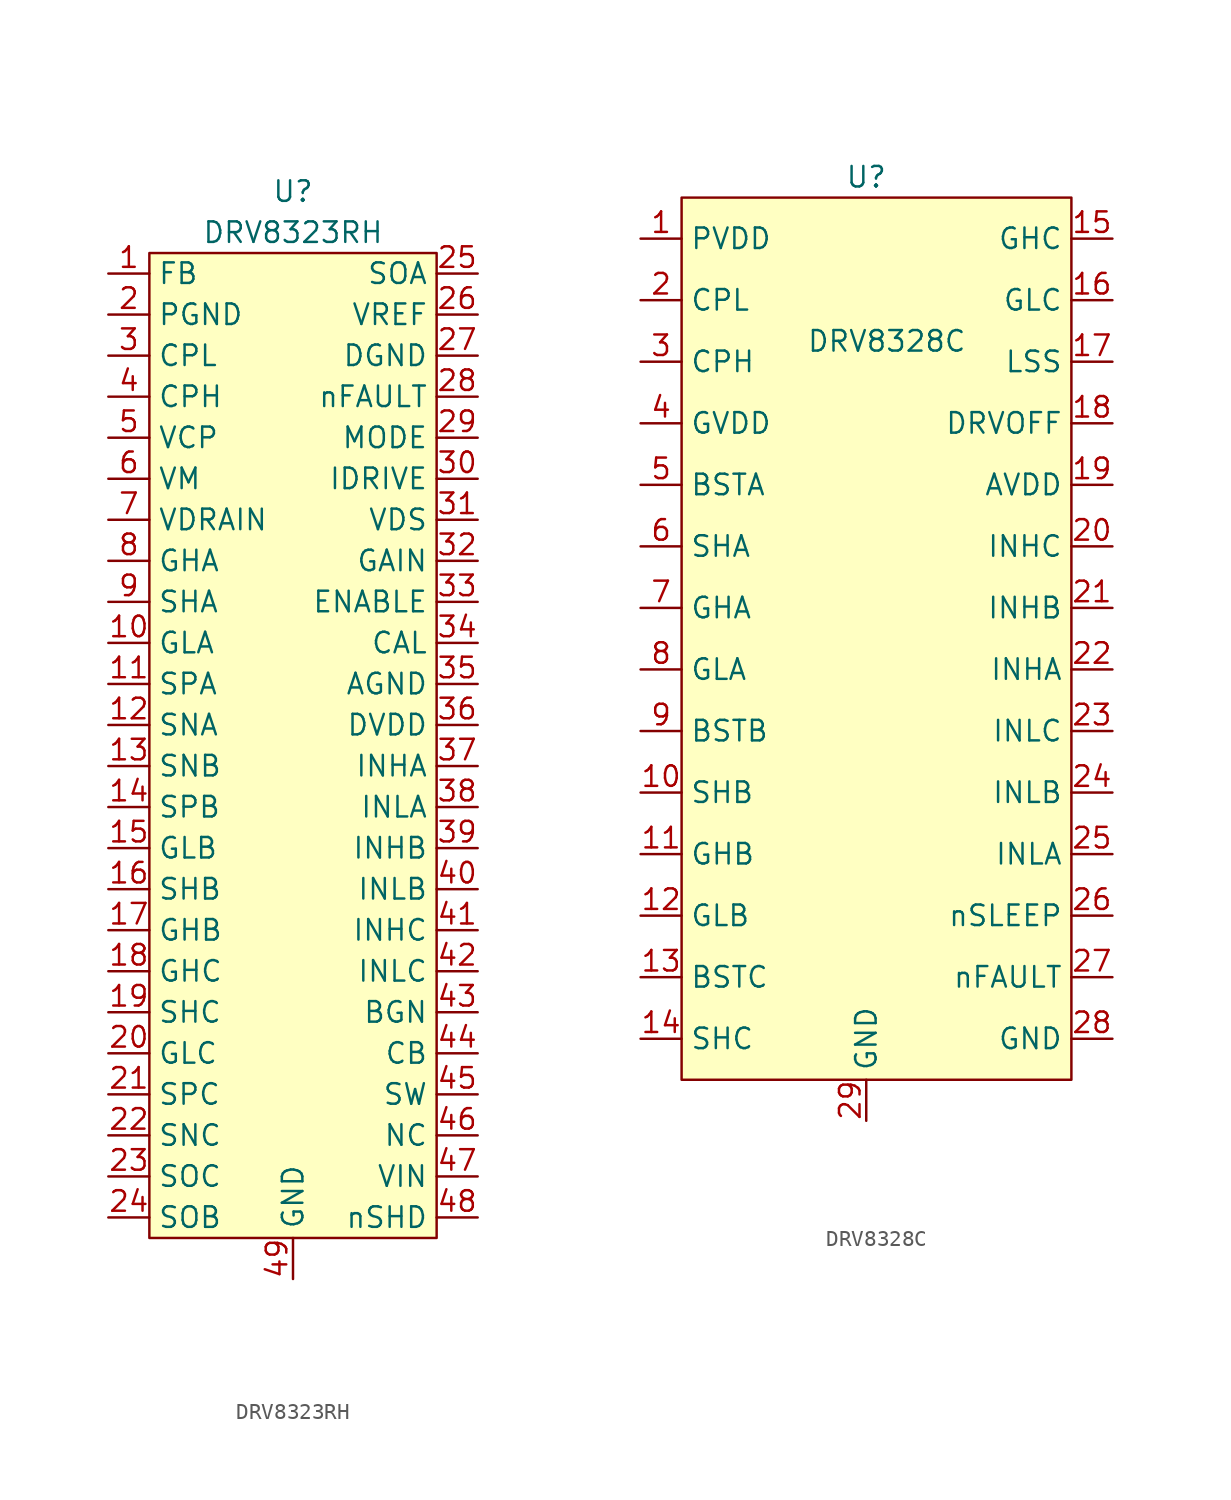
<source format=kicad_sym>
(kicad_symbol_lib
  (version 20211014)
  (generator kicad_symbol_editor)
  (symbol "DRV8323RH"
    (property "Reference" "U"
      (at 0 5.08 0)
      (effects (font (size 1.27 1.27))))
    (property "Value" "DRV8323RH"
      (at 0 2.54 0)
      (effects (font (size 1.27 1.27))))
    (symbol "DRV8323RH_0_1"
      (rectangle (start -8.89 1.27) (end 8.89 -59.69) (stroke (width 0) (type default) (color 0 0 0 0)) (fill (type background))))
    (symbol "DRV8323RH_1_1"
      (pin input line (at -11.43 0 0) (length 2.54) (name "FB" (effects (font (size 1.27 1.27)))) (number "1" (effects (font (size 1.27 1.27)))))
      (pin input line (at -11.43 -22.86 0) (length 2.54) (name "GLA" (effects (font (size 1.27 1.27)))) (number "10" (effects (font (size 1.27 1.27)))))
      (pin input line (at -11.43 -25.4 0) (length 2.54) (name "SPA" (effects (font (size 1.27 1.27)))) (number "11" (effects (font (size 1.27 1.27)))))
      (pin input line (at -11.43 -27.94 0) (length 2.54) (name "SNA" (effects (font (size 1.27 1.27)))) (number "12" (effects (font (size 1.27 1.27)))))
      (pin input line (at -11.43 -30.48 0) (length 2.54) (name "SNB" (effects (font (size 1.27 1.27)))) (number "13" (effects (font (size 1.27 1.27)))))
      (pin input line (at -11.43 -33.02 0) (length 2.54) (name "SPB" (effects (font (size 1.27 1.27)))) (number "14" (effects (font (size 1.27 1.27)))))
      (pin input line (at -11.43 -35.56 0) (length 2.54) (name "GLB" (effects (font (size 1.27 1.27)))) (number "15" (effects (font (size 1.27 1.27)))))
      (pin input line (at -11.43 -38.1 0) (length 2.54) (name "SHB" (effects (font (size 1.27 1.27)))) (number "16" (effects (font (size 1.27 1.27)))))
      (pin input line (at -11.43 -40.64 0) (length 2.54) (name "GHB" (effects (font (size 1.27 1.27)))) (number "17" (effects (font (size 1.27 1.27)))))
      (pin input line (at -11.43 -43.18 0) (length 2.54) (name "GHC" (effects (font (size 1.27 1.27)))) (number "18" (effects (font (size 1.27 1.27)))))
      (pin input line (at -11.43 -45.72 0) (length 2.54) (name "SHC" (effects (font (size 1.27 1.27)))) (number "19" (effects (font (size 1.27 1.27)))))
      (pin input line (at -11.43 -2.54 0) (length 2.54) (name "PGND" (effects (font (size 1.27 1.27)))) (number "2" (effects (font (size 1.27 1.27)))))
      (pin input line (at -11.43 -48.26 0) (length 2.54) (name "GLC" (effects (font (size 1.27 1.27)))) (number "20" (effects (font (size 1.27 1.27)))))
      (pin input line (at -11.43 -50.8 0) (length 2.54) (name "SPC" (effects (font (size 1.27 1.27)))) (number "21" (effects (font (size 1.27 1.27)))))
      (pin input line (at -11.43 -53.34 0) (length 2.54) (name "SNC" (effects (font (size 1.27 1.27)))) (number "22" (effects (font (size 1.27 1.27)))))
      (pin input line (at -11.43 -55.88 0) (length 2.54) (name "SOC" (effects (font (size 1.27 1.27)))) (number "23" (effects (font (size 1.27 1.27)))))
      (pin input line (at -11.43 -58.42 0) (length 2.54) (name "SOB" (effects (font (size 1.27 1.27)))) (number "24" (effects (font (size 1.27 1.27)))))
      (pin input line (at 11.43 0 180) (length 2.54) (name "SOA" (effects (font (size 1.27 1.27)))) (number "25" (effects (font (size 1.27 1.27)))))
      (pin input line (at 11.43 -2.54 180) (length 2.54) (name "VREF" (effects (font (size 1.27 1.27)))) (number "26" (effects (font (size 1.27 1.27)))))
      (pin input line (at 11.43 -5.08 180) (length 2.54) (name "DGND" (effects (font (size 1.27 1.27)))) (number "27" (effects (font (size 1.27 1.27)))))
      (pin input line (at 11.43 -7.62 180) (length 2.54) (name "nFAULT" (effects (font (size 1.27 1.27)))) (number "28" (effects (font (size 1.27 1.27)))))
      (pin input line (at 11.43 -10.16 180) (length 2.54) (name "MODE" (effects (font (size 1.27 1.27)))) (number "29" (effects (font (size 1.27 1.27)))))
      (pin input line (at -11.43 -5.08 0) (length 2.54) (name "CPL" (effects (font (size 1.27 1.27)))) (number "3" (effects (font (size 1.27 1.27)))))
      (pin input line (at 11.43 -12.7 180) (length 2.54) (name "IDRIVE" (effects (font (size 1.27 1.27)))) (number "30" (effects (font (size 1.27 1.27)))))
      (pin input line (at 11.43 -15.24 180) (length 2.54) (name "VDS" (effects (font (size 1.27 1.27)))) (number "31" (effects (font (size 1.27 1.27)))))
      (pin input line (at 11.43 -17.78 180) (length 2.54) (name "GAIN" (effects (font (size 1.27 1.27)))) (number "32" (effects (font (size 1.27 1.27)))))
      (pin input line (at 11.43 -20.32 180) (length 2.54) (name "ENABLE" (effects (font (size 1.27 1.27)))) (number "33" (effects (font (size 1.27 1.27)))))
      (pin input line (at 11.43 -22.86 180) (length 2.54) (name "CAL" (effects (font (size 1.27 1.27)))) (number "34" (effects (font (size 1.27 1.27)))))
      (pin input line (at 11.43 -25.4 180) (length 2.54) (name "AGND" (effects (font (size 1.27 1.27)))) (number "35" (effects (font (size 1.27 1.27)))))
      (pin input line (at 11.43 -27.94 180) (length 2.54) (name "DVDD" (effects (font (size 1.27 1.27)))) (number "36" (effects (font (size 1.27 1.27)))))
      (pin input line (at 11.43 -30.48 180) (length 2.54) (name "INHA" (effects (font (size 1.27 1.27)))) (number "37" (effects (font (size 1.27 1.27)))))
      (pin input line (at 11.43 -33.02 180) (length 2.54) (name "INLA" (effects (font (size 1.27 1.27)))) (number "38" (effects (font (size 1.27 1.27)))))
      (pin input line (at 11.43 -35.56 180) (length 2.54) (name "INHB" (effects (font (size 1.27 1.27)))) (number "39" (effects (font (size 1.27 1.27)))))
      (pin input line (at -11.43 -7.62 0) (length 2.54) (name "CPH" (effects (font (size 1.27 1.27)))) (number "4" (effects (font (size 1.27 1.27)))))
      (pin input line (at 11.43 -38.1 180) (length 2.54) (name "INLB" (effects (font (size 1.27 1.27)))) (number "40" (effects (font (size 1.27 1.27)))))
      (pin input line (at 11.43 -40.64 180) (length 2.54) (name "INHC" (effects (font (size 1.27 1.27)))) (number "41" (effects (font (size 1.27 1.27)))))
      (pin input line (at 11.43 -43.18 180) (length 2.54) (name "INLC" (effects (font (size 1.27 1.27)))) (number "42" (effects (font (size 1.27 1.27)))))
      (pin input line (at 11.43 -45.72 180) (length 2.54) (name "BGN" (effects (font (size 1.27 1.27)))) (number "43" (effects (font (size 1.27 1.27)))))
      (pin input line (at 11.43 -48.26 180) (length 2.54) (name "CB" (effects (font (size 1.27 1.27)))) (number "44" (effects (font (size 1.27 1.27)))))
      (pin input line (at 11.43 -50.8 180) (length 2.54) (name "SW" (effects (font (size 1.27 1.27)))) (number "45" (effects (font (size 1.27 1.27)))))
      (pin input line (at 11.43 -53.34 180) (length 2.54) (name "NC" (effects (font (size 1.27 1.27)))) (number "46" (effects (font (size 1.27 1.27)))))
      (pin input line (at 11.43 -55.88 180) (length 2.54) (name "VIN" (effects (font (size 1.27 1.27)))) (number "47" (effects (font (size 1.27 1.27)))))
      (pin input line (at 11.43 -58.42 180) (length 2.54) (name "nSHD" (effects (font (size 1.27 1.27)))) (number "48" (effects (font (size 1.27 1.27)))))
      (pin input line (at 0 -62.23 90) (length 2.54) (name "GND" (effects (font (size 1.27 1.27)))) (number "49" (effects (font (size 1.27 1.27)))))
      (pin input line (at -11.43 -10.16 0) (length 2.54) (name "VCP" (effects (font (size 1.27 1.27)))) (number "5" (effects (font (size 1.27 1.27)))))
      (pin input line (at -11.43 -12.7 0) (length 2.54) (name "VM" (effects (font (size 1.27 1.27)))) (number "6" (effects (font (size 1.27 1.27)))))
      (pin input line (at -11.43 -15.24 0) (length 2.54) (name "VDRAIN" (effects (font (size 1.27 1.27)))) (number "7" (effects (font (size 1.27 1.27)))))
      (pin input line (at -11.43 -17.78 0) (length 2.54) (name "GHA" (effects (font (size 1.27 1.27)))) (number "8" (effects (font (size 1.27 1.27)))))
      (pin input line (at -11.43 -20.32 0) (length 2.54) (name "SHA" (effects (font (size 1.27 1.27)))) (number "9" (effects (font (size 1.27 1.27)))))))
  (symbol "DRV8328C"
    (property "Reference" "U"
      (at 0 7.62 0)
      (effects (font (size 1.27 1.27))))
    (property "Value" "DRV8328C"
      (at 1.27 -2.54 0)
      (effects (font (size 1.27 1.27))))
    (symbol "DRV8328C_0_1"
      (rectangle (start -11.43 6.35) (end 12.7 -48.26) (stroke (width 0) (type default) (color 0 0 0 0)) (fill (type background))))
    (symbol "DRV8328C_1_1"
      (pin input line (at -13.97 3.81 0) (length 2.54) (name "PVDD" (effects (font (size 1.27 1.27)))) (number "1" (effects (font (size 1.27 1.27)))))
      (pin input line (at -13.97 -30.48 0) (length 2.54) (name "SHB" (effects (font (size 1.27 1.27)))) (number "10" (effects (font (size 1.27 1.27)))))
      (pin input line (at -13.97 -34.29 0) (length 2.54) (name "GHB" (effects (font (size 1.27 1.27)))) (number "11" (effects (font (size 1.27 1.27)))))
      (pin input line (at -13.97 -38.1 0) (length 2.54) (name "GLB" (effects (font (size 1.27 1.27)))) (number "12" (effects (font (size 1.27 1.27)))))
      (pin input line (at -13.97 -41.91 0) (length 2.54) (name "BSTC" (effects (font (size 1.27 1.27)))) (number "13" (effects (font (size 1.27 1.27)))))
      (pin input line (at -13.97 -45.72 0) (length 2.54) (name "SHC" (effects (font (size 1.27 1.27)))) (number "14" (effects (font (size 1.27 1.27)))))
      (pin input line (at 15.24 3.81 180) (length 2.54) (name "GHC" (effects (font (size 1.27 1.27)))) (number "15" (effects (font (size 1.27 1.27)))))
      (pin input line (at 15.24 0 180) (length 2.54) (name "GLC" (effects (font (size 1.27 1.27)))) (number "16" (effects (font (size 1.27 1.27)))))
      (pin input line (at 15.24 -3.81 180) (length 2.54) (name "LSS" (effects (font (size 1.27 1.27)))) (number "17" (effects (font (size 1.27 1.27)))))
      (pin input line (at 15.24 -7.62 180) (length 2.54) (name "DRVOFF" (effects (font (size 1.27 1.27)))) (number "18" (effects (font (size 1.27 1.27)))))
      (pin input line (at 15.24 -11.43 180) (length 2.54) (name "AVDD" (effects (font (size 1.27 1.27)))) (number "19" (effects (font (size 1.27 1.27)))))
      (pin input line (at -13.97 0 0) (length 2.54) (name "CPL" (effects (font (size 1.27 1.27)))) (number "2" (effects (font (size 1.27 1.27)))))
      (pin input line (at 15.24 -15.24 180) (length 2.54) (name "INHC" (effects (font (size 1.27 1.27)))) (number "20" (effects (font (size 1.27 1.27)))))
      (pin input line (at 15.24 -19.05 180) (length 2.54) (name "INHB" (effects (font (size 1.27 1.27)))) (number "21" (effects (font (size 1.27 1.27)))))
      (pin input line (at 15.24 -22.86 180) (length 2.54) (name "INHA" (effects (font (size 1.27 1.27)))) (number "22" (effects (font (size 1.27 1.27)))))
      (pin input line (at 15.24 -26.67 180) (length 2.54) (name "INLC" (effects (font (size 1.27 1.27)))) (number "23" (effects (font (size 1.27 1.27)))))
      (pin input line (at 15.24 -30.48 180) (length 2.54) (name "INLB" (effects (font (size 1.27 1.27)))) (number "24" (effects (font (size 1.27 1.27)))))
      (pin input line (at 15.24 -34.29 180) (length 2.54) (name "INLA" (effects (font (size 1.27 1.27)))) (number "25" (effects (font (size 1.27 1.27)))))
      (pin input line (at 15.24 -38.1 180) (length 2.54) (name "nSLEEP" (effects (font (size 1.27 1.27)))) (number "26" (effects (font (size 1.27 1.27)))))
      (pin input line (at 15.24 -41.91 180) (length 2.54) (name "nFAULT" (effects (font (size 1.27 1.27)))) (number "27" (effects (font (size 1.27 1.27)))))
      (pin input line (at 15.24 -45.72 180) (length 2.54) (name "GND" (effects (font (size 1.27 1.27)))) (number "28" (effects (font (size 1.27 1.27)))))
      (pin input line (at 0 -50.8 90) (length 2.54) (name "GND" (effects (font (size 1.27 1.27)))) (number "29" (effects (font (size 1.27 1.27)))))
      (pin input line (at -13.97 -3.81 0) (length 2.54) (name "CPH" (effects (font (size 1.27 1.27)))) (number "3" (effects (font (size 1.27 1.27)))))
      (pin input line (at -13.97 -7.62 0) (length 2.54) (name "GVDD" (effects (font (size 1.27 1.27)))) (number "4" (effects (font (size 1.27 1.27)))))
      (pin input line (at -13.97 -11.43 0) (length 2.54) (name "BSTA" (effects (font (size 1.27 1.27)))) (number "5" (effects (font (size 1.27 1.27)))))
      (pin input line (at -13.97 -15.24 0) (length 2.54) (name "SHA" (effects (font (size 1.27 1.27)))) (number "6" (effects (font (size 1.27 1.27)))))
      (pin input line (at -13.97 -19.05 0) (length 2.54) (name "GHA" (effects (font (size 1.27 1.27)))) (number "7" (effects (font (size 1.27 1.27)))))
      (pin input line (at -13.97 -22.86 0) (length 2.54) (name "GLA" (effects (font (size 1.27 1.27)))) (number "8" (effects (font (size 1.27 1.27)))))
      (pin input line (at -13.97 -26.67 0) (length 2.54) (name "BSTB" (effects (font (size 1.27 1.27)))) (number "9" (effects (font (size 1.27 1.27))))))))
</source>
